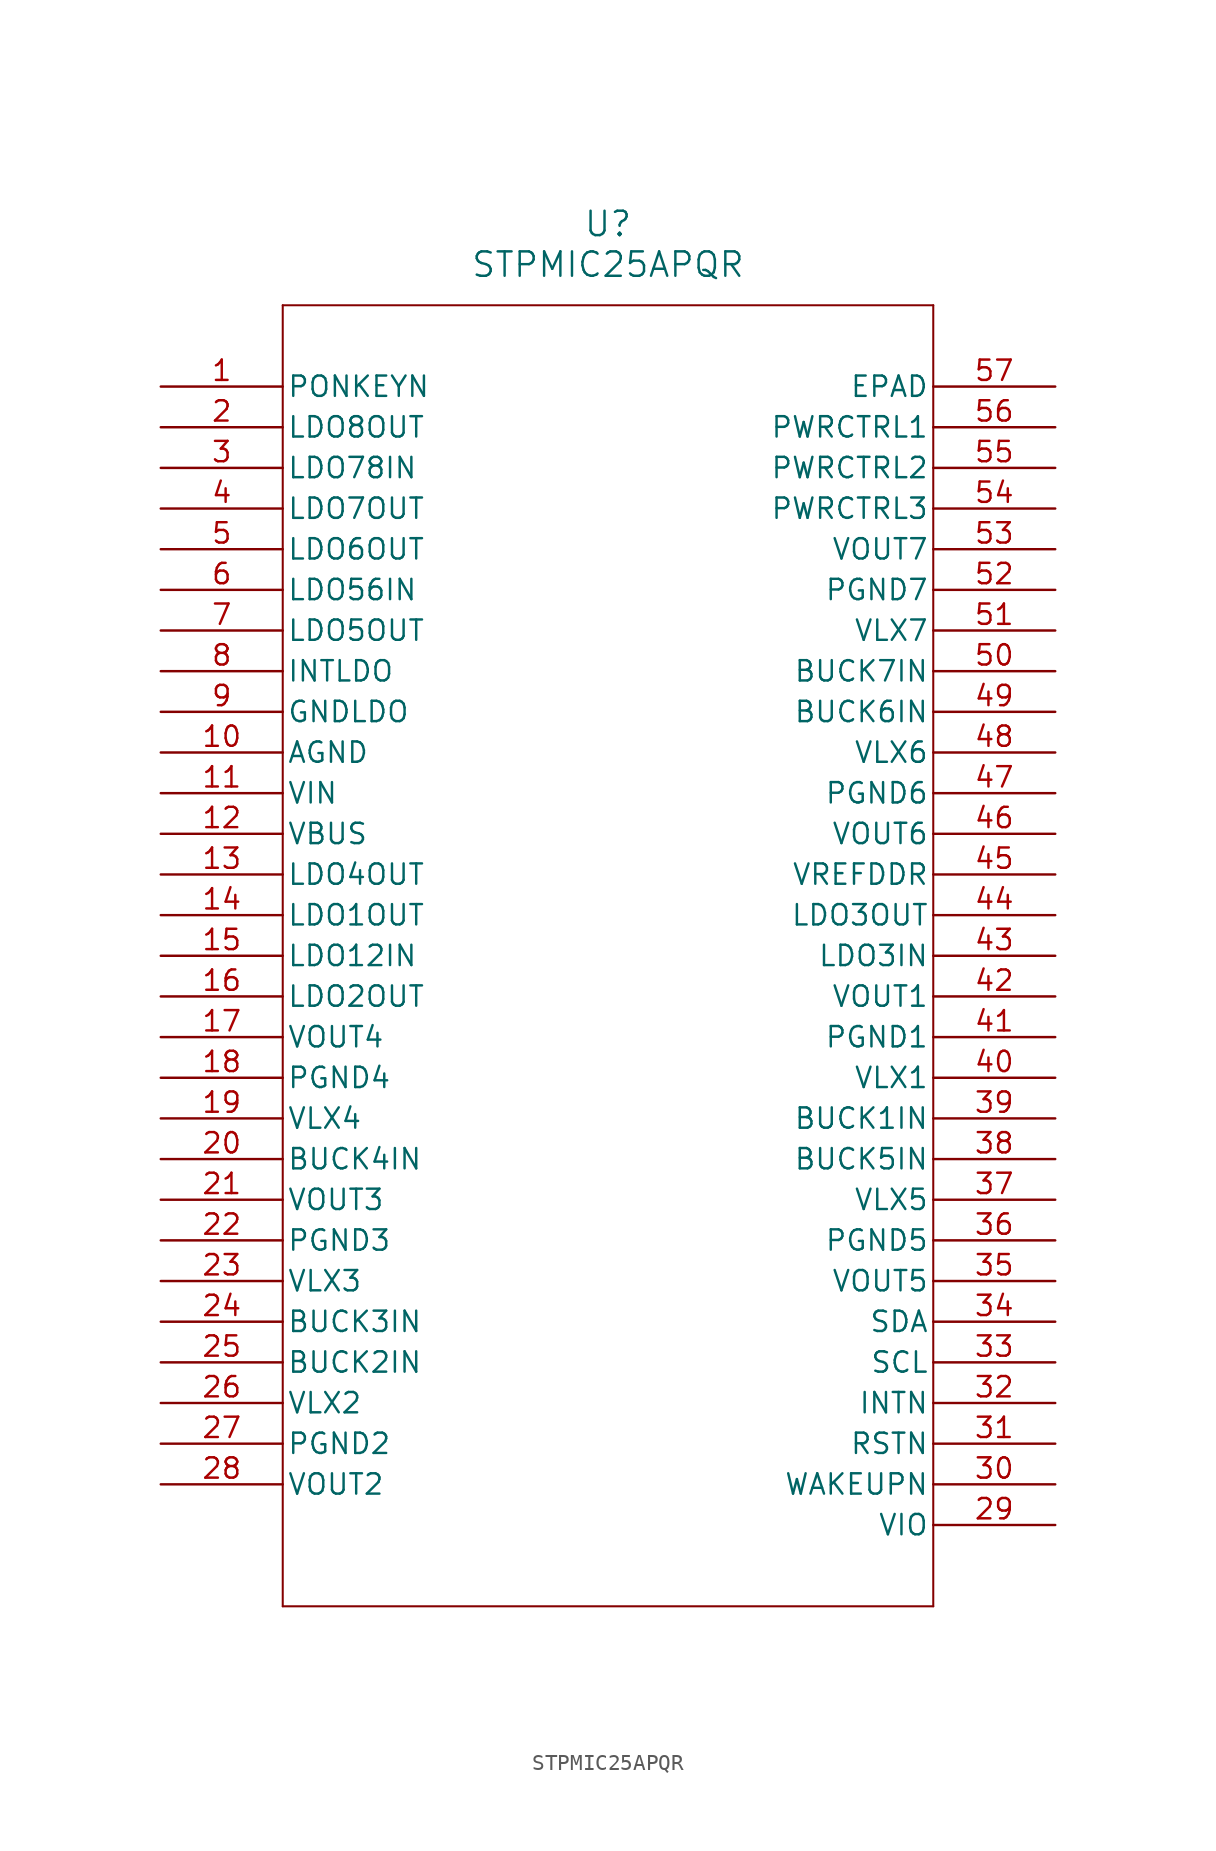
<source format=kicad_sym>
(kicad_symbol_lib
  (version 20211014)
  (generator kicad_symbol_editor)
  (symbol "STPMIC25APQR"
    (pin_names
      (offset 0.254))
    (property "Reference" "U"
      (at 27.94 10.16 0)
      (effects (font (size 1.524 1.524))))
    (property "Value" "STPMIC25APQR"
      (at 27.94 7.62 0)
      (effects (font (size 1.524 1.524))))
    (symbol "STPMIC25APQR_0_1"
      (polyline (pts (xy 7.62 5.08) (xy 7.62 -76.2)) (stroke (width 0.127) (type default) (color 0 0 0 0)) (fill (type none)))
      (polyline (pts (xy 7.62 -76.2) (xy 48.26 -76.2)) (stroke (width 0.127) (type default) (color 0 0 0 0)) (fill (type none)))
      (polyline (pts (xy 48.26 -76.2) (xy 48.26 5.08)) (stroke (width 0.127) (type default) (color 0 0 0 0)) (fill (type none)))
      (polyline (pts (xy 48.26 5.08) (xy 7.62 5.08)) (stroke (width 0.127) (type default) (color 0 0 0 0)) (fill (type none)))
      (pin unspecified line (at 0 0 0) (length 7.62) (name "PONKEYN" (effects (font (size 1.27 1.27)))) (number "1" (effects (font (size 1.27 1.27)))))
      (pin output line (at 0 -2.54 0) (length 7.62) (name "LDO8OUT" (effects (font (size 1.27 1.27)))) (number "2" (effects (font (size 1.27 1.27)))))
      (pin input line (at 0 -5.08 0) (length 7.62) (name "LDO78IN" (effects (font (size 1.27 1.27)))) (number "3" (effects (font (size 1.27 1.27)))))
      (pin output line (at 0 -7.62 0) (length 7.62) (name "LDO7OUT" (effects (font (size 1.27 1.27)))) (number "4" (effects (font (size 1.27 1.27)))))
      (pin output line (at 0 -10.16 0) (length 7.62) (name "LDO6OUT" (effects (font (size 1.27 1.27)))) (number "5" (effects (font (size 1.27 1.27)))))
      (pin input line (at 0 -12.7 0) (length 7.62) (name "LDO56IN" (effects (font (size 1.27 1.27)))) (number "6" (effects (font (size 1.27 1.27)))))
      (pin output line (at 0 -15.24 0) (length 7.62) (name "LDO5OUT" (effects (font (size 1.27 1.27)))) (number "7" (effects (font (size 1.27 1.27)))))
      (pin input line (at 0 -17.78 0) (length 7.62) (name "INTLDO" (effects (font (size 1.27 1.27)))) (number "8" (effects (font (size 1.27 1.27)))))
      (pin power_out line (at 0 -20.32 0) (length 7.62) (name "GNDLDO" (effects (font (size 1.27 1.27)))) (number "9" (effects (font (size 1.27 1.27)))))
      (pin power_out line (at 0 -22.86 0) (length 7.62) (name "AGND" (effects (font (size 1.27 1.27)))) (number "10" (effects (font (size 1.27 1.27)))))
      (pin unspecified line (at 0 -25.4 0) (length 7.62) (name "VIN" (effects (font (size 1.27 1.27)))) (number "11" (effects (font (size 1.27 1.27)))))
      (pin unspecified line (at 0 -27.94 0) (length 7.62) (name "VBUS" (effects (font (size 1.27 1.27)))) (number "12" (effects (font (size 1.27 1.27)))))
      (pin output line (at 0 -30.48 0) (length 7.62) (name "LDO4OUT" (effects (font (size 1.27 1.27)))) (number "13" (effects (font (size 1.27 1.27)))))
      (pin output line (at 0 -33.02 0) (length 7.62) (name "LDO1OUT" (effects (font (size 1.27 1.27)))) (number "14" (effects (font (size 1.27 1.27)))))
      (pin input line (at 0 -35.56 0) (length 7.62) (name "LDO12IN" (effects (font (size 1.27 1.27)))) (number "15" (effects (font (size 1.27 1.27)))))
      (pin output line (at 0 -38.1 0) (length 7.62) (name "LDO2OUT" (effects (font (size 1.27 1.27)))) (number "16" (effects (font (size 1.27 1.27)))))
      (pin output line (at 0 -40.64 0) (length 7.62) (name "VOUT4" (effects (font (size 1.27 1.27)))) (number "17" (effects (font (size 1.27 1.27)))))
      (pin power_out line (at 0 -43.18 0) (length 7.62) (name "PGND4" (effects (font (size 1.27 1.27)))) (number "18" (effects (font (size 1.27 1.27)))))
      (pin bidirectional line (at 0 -45.72 0) (length 7.62) (name "VLX4" (effects (font (size 1.27 1.27)))) (number "19" (effects (font (size 1.27 1.27)))))
      (pin input line (at 0 -48.26 0) (length 7.62) (name "BUCK4IN" (effects (font (size 1.27 1.27)))) (number "20" (effects (font (size 1.27 1.27)))))
      (pin output line (at 0 -50.8 0) (length 7.62) (name "VOUT3" (effects (font (size 1.27 1.27)))) (number "21" (effects (font (size 1.27 1.27)))))
      (pin power_out line (at 0 -53.34 0) (length 7.62) (name "PGND3" (effects (font (size 1.27 1.27)))) (number "22" (effects (font (size 1.27 1.27)))))
      (pin bidirectional line (at 0 -55.88 0) (length 7.62) (name "VLX3" (effects (font (size 1.27 1.27)))) (number "23" (effects (font (size 1.27 1.27)))))
      (pin input line (at 0 -58.42 0) (length 7.62) (name "BUCK3IN" (effects (font (size 1.27 1.27)))) (number "24" (effects (font (size 1.27 1.27)))))
      (pin input line (at 0 -60.96 0) (length 7.62) (name "BUCK2IN" (effects (font (size 1.27 1.27)))) (number "25" (effects (font (size 1.27 1.27)))))
      (pin bidirectional line (at 0 -63.5 0) (length 7.62) (name "VLX2" (effects (font (size 1.27 1.27)))) (number "26" (effects (font (size 1.27 1.27)))))
      (pin power_out line (at 0 -66.04 0) (length 7.62) (name "PGND2" (effects (font (size 1.27 1.27)))) (number "27" (effects (font (size 1.27 1.27)))))
      (pin output line (at 0 -68.58 0) (length 7.62) (name "VOUT2" (effects (font (size 1.27 1.27)))) (number "28" (effects (font (size 1.27 1.27)))))
      (pin unspecified line (at 55.88 -71.12 180) (length 7.62) (name "VIO" (effects (font (size 1.27 1.27)))) (number "29" (effects (font (size 1.27 1.27)))))
      (pin unspecified line (at 55.88 -68.58 180) (length 7.62) (name "WAKEUPN" (effects (font (size 1.27 1.27)))) (number "30" (effects (font (size 1.27 1.27)))))
      (pin unspecified line (at 55.88 -66.04 180) (length 7.62) (name "RSTN" (effects (font (size 1.27 1.27)))) (number "31" (effects (font (size 1.27 1.27)))))
      (pin input line (at 55.88 -63.5 180) (length 7.62) (name "INTN" (effects (font (size 1.27 1.27)))) (number "32" (effects (font (size 1.27 1.27)))))
      (pin unspecified line (at 55.88 -60.96 180) (length 7.62) (name "SCL" (effects (font (size 1.27 1.27)))) (number "33" (effects (font (size 1.27 1.27)))))
      (pin unspecified line (at 55.88 -58.42 180) (length 7.62) (name "SDA" (effects (font (size 1.27 1.27)))) (number "34" (effects (font (size 1.27 1.27)))))
      (pin output line (at 55.88 -55.88 180) (length 7.62) (name "VOUT5" (effects (font (size 1.27 1.27)))) (number "35" (effects (font (size 1.27 1.27)))))
      (pin power_out line (at 55.88 -53.34 180) (length 7.62) (name "PGND5" (effects (font (size 1.27 1.27)))) (number "36" (effects (font (size 1.27 1.27)))))
      (pin bidirectional line (at 55.88 -50.8 180) (length 7.62) (name "VLX5" (effects (font (size 1.27 1.27)))) (number "37" (effects (font (size 1.27 1.27)))))
      (pin input line (at 55.88 -48.26 180) (length 7.62) (name "BUCK5IN" (effects (font (size 1.27 1.27)))) (number "38" (effects (font (size 1.27 1.27)))))
      (pin input line (at 55.88 -45.72 180) (length 7.62) (name "BUCK1IN" (effects (font (size 1.27 1.27)))) (number "39" (effects (font (size 1.27 1.27)))))
      (pin bidirectional line (at 55.88 -43.18 180) (length 7.62) (name "VLX1" (effects (font (size 1.27 1.27)))) (number "40" (effects (font (size 1.27 1.27)))))
      (pin power_out line (at 55.88 -40.64 180) (length 7.62) (name "PGND1" (effects (font (size 1.27 1.27)))) (number "41" (effects (font (size 1.27 1.27)))))
      (pin output line (at 55.88 -38.1 180) (length 7.62) (name "VOUT1" (effects (font (size 1.27 1.27)))) (number "42" (effects (font (size 1.27 1.27)))))
      (pin input line (at 55.88 -35.56 180) (length 7.62) (name "LDO3IN" (effects (font (size 1.27 1.27)))) (number "43" (effects (font (size 1.27 1.27)))))
      (pin output line (at 55.88 -33.02 180) (length 7.62) (name "LDO3OUT" (effects (font (size 1.27 1.27)))) (number "44" (effects (font (size 1.27 1.27)))))
      (pin power_in line (at 55.88 -30.48 180) (length 7.62) (name "VREFDDR" (effects (font (size 1.27 1.27)))) (number "45" (effects (font (size 1.27 1.27)))))
      (pin output line (at 55.88 -27.94 180) (length 7.62) (name "VOUT6" (effects (font (size 1.27 1.27)))) (number "46" (effects (font (size 1.27 1.27)))))
      (pin power_out line (at 55.88 -25.4 180) (length 7.62) (name "PGND6" (effects (font (size 1.27 1.27)))) (number "47" (effects (font (size 1.27 1.27)))))
      (pin bidirectional line (at 55.88 -22.86 180) (length 7.62) (name "VLX6" (effects (font (size 1.27 1.27)))) (number "48" (effects (font (size 1.27 1.27)))))
      (pin input line (at 55.88 -20.32 180) (length 7.62) (name "BUCK6IN" (effects (font (size 1.27 1.27)))) (number "49" (effects (font (size 1.27 1.27)))))
      (pin input line (at 55.88 -17.78 180) (length 7.62) (name "BUCK7IN" (effects (font (size 1.27 1.27)))) (number "50" (effects (font (size 1.27 1.27)))))
      (pin bidirectional line (at 55.88 -15.24 180) (length 7.62) (name "VLX7" (effects (font (size 1.27 1.27)))) (number "51" (effects (font (size 1.27 1.27)))))
      (pin power_out line (at 55.88 -12.7 180) (length 7.62) (name "PGND7" (effects (font (size 1.27 1.27)))) (number "52" (effects (font (size 1.27 1.27)))))
      (pin output line (at 55.88 -10.16 180) (length 7.62) (name "VOUT7" (effects (font (size 1.27 1.27)))) (number "53" (effects (font (size 1.27 1.27)))))
      (pin bidirectional line (at 55.88 -7.62 180) (length 7.62) (name "PWRCTRL3" (effects (font (size 1.27 1.27)))) (number "54" (effects (font (size 1.27 1.27)))))
      (pin bidirectional line (at 55.88 -5.08 180) (length 7.62) (name "PWRCTRL2" (effects (font (size 1.27 1.27)))) (number "55" (effects (font (size 1.27 1.27)))))
      (pin bidirectional line (at 55.88 -2.54 180) (length 7.62) (name "PWRCTRL1" (effects (font (size 1.27 1.27)))) (number "56" (effects (font (size 1.27 1.27)))))
      (pin power_out line (at 55.88 0 180) (length 7.62) (name "EPAD" (effects (font (size 1.27 1.27)))) (number "57" (effects (font (size 1.27 1.27))))))))
</source>
